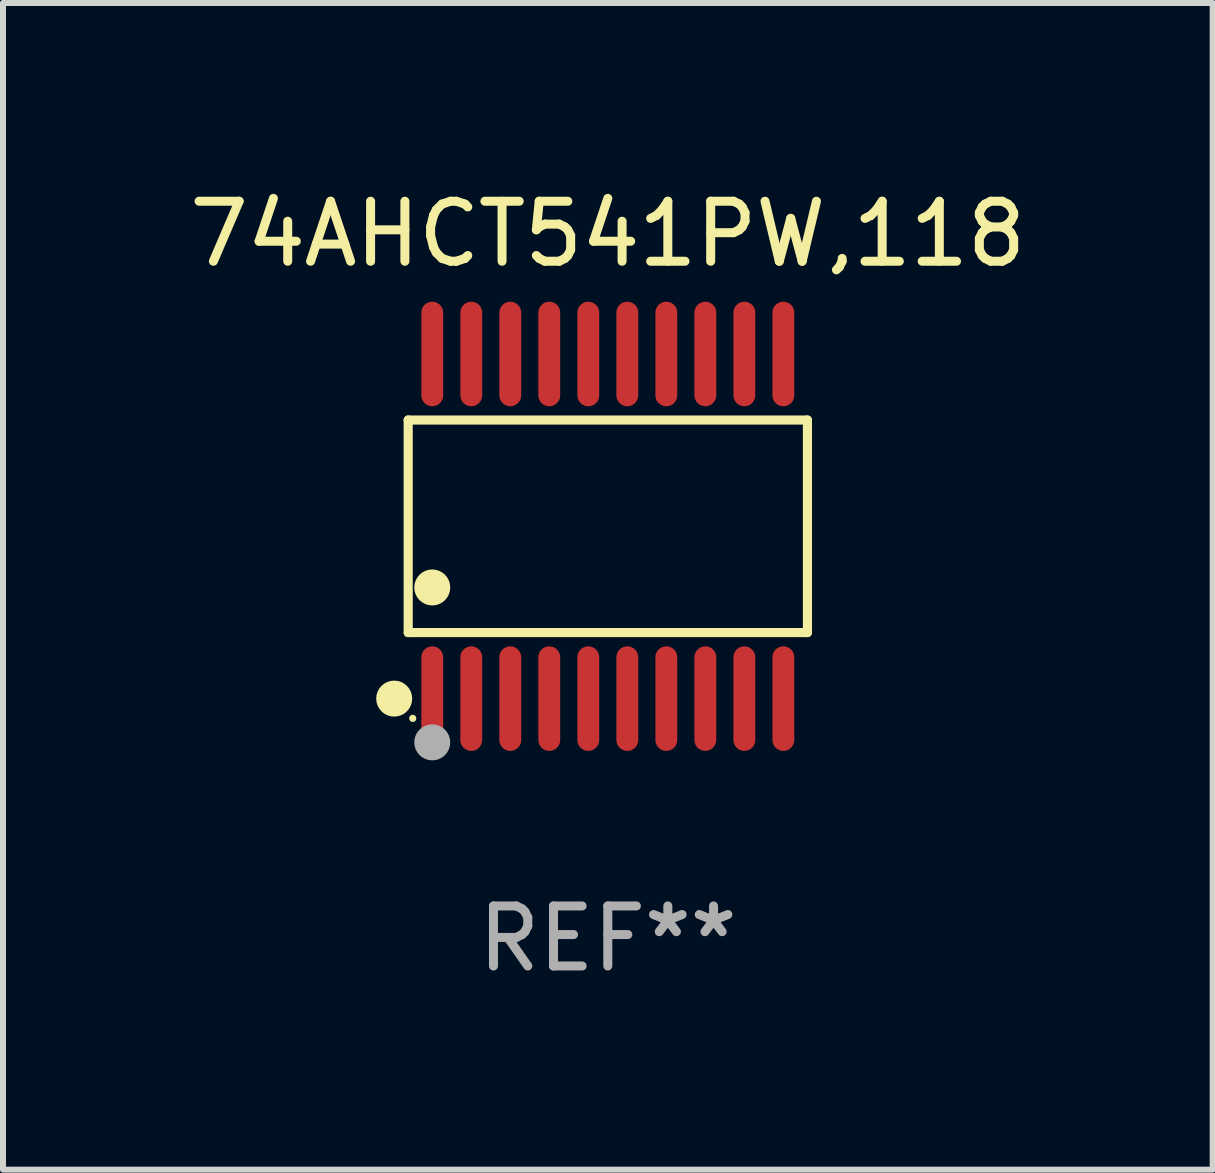
<source format=kicad_pcb>
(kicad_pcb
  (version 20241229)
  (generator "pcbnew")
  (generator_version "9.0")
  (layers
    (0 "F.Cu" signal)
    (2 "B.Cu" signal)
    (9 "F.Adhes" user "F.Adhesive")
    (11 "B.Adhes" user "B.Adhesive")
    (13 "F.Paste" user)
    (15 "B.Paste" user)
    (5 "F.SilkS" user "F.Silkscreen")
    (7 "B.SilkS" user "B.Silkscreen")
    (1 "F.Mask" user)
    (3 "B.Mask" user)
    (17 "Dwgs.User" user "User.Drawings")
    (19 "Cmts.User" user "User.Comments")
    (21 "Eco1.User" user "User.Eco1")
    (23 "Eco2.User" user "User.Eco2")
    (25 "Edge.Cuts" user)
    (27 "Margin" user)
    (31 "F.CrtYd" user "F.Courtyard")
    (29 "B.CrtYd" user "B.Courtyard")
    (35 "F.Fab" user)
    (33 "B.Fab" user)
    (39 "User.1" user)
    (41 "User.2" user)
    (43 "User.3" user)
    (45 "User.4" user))
  (footprint "74AHCT541PW,118"
    (layer "F.Cu")
    (at 7.077 5.719)
    (property "Reference" "74AHCT541PW,118" (at 0 -4.871 0) (layer "F.SilkS") (effects (font (size 1 1) (thickness 0.15))))
    (attr through_hole)
    (fp_line (start -3.326 -1.771) (end 3.326 -1.771) (stroke (width 0.152) (type solid)) (layer "F.SilkS"))
    (fp_line (start -3.326 1.771) (end -3.326 -1.771) (stroke (width 0.152) (type solid)) (layer "F.SilkS"))
    (fp_line (start 3.326 -1.771) (end 3.326 1.771) (stroke (width 0.152) (type solid)) (layer "F.SilkS"))
    (fp_line (start 3.326 1.771) (end -3.326 1.771) (stroke (width 0.152) (type solid)) (layer "F.SilkS"))
    (fp_circle (center -3.559 2.871) (end -3.409 2.871) (stroke (width 0.3) (type solid)) (fill no) (layer "F.SilkS"))
    (fp_circle (center -3.25 3.2) (end -3.22 3.2) (stroke (width 0.06) (type solid)) (fill no) (layer "F.SilkS"))
    (fp_circle (center -2.925 1.019) (end -2.775 1.019) (stroke (width 0.3) (type solid)) (fill no) (layer "F.SilkS"))
    (fp_circle (center -2.925 3.6) (end -2.775 3.6) (stroke (width 0.3) (type solid)) (fill no) (layer "F.Fab"))
    (fp_text user "REF**" (at 0 6.871 0) (layer "F.Fab") (effects (font (size 1 1) (thickness 0.15))))
    (pad "1" smd oval (at -2.925 2.871) (size 0.364 1.742) (layers "F.Cu" "F.Mask" "F.Paste"))
    (pad "2" smd oval (at -2.275 2.871) (size 0.364 1.742) (layers "F.Cu" "F.Mask" "F.Paste"))
    (pad "3" smd oval (at -1.625 2.871) (size 0.364 1.742) (layers "F.Cu" "F.Mask" "F.Paste"))
    (pad "4" smd oval (at -0.975 2.871) (size 0.364 1.742) (layers "F.Cu" "F.Mask" "F.Paste"))
    (pad "5" smd oval (at -0.325 2.871) (size 0.364 1.742) (layers "F.Cu" "F.Mask" "F.Paste"))
    (pad "6" smd oval (at 0.325 2.871) (size 0.364 1.742) (layers "F.Cu" "F.Mask" "F.Paste"))
    (pad "7" smd oval (at 0.975 2.871) (size 0.364 1.742) (layers "F.Cu" "F.Mask" "F.Paste"))
    (pad "8" smd oval (at 1.625 2.871) (size 0.364 1.742) (layers "F.Cu" "F.Mask" "F.Paste"))
    (pad "9" smd oval (at 2.275 2.871) (size 0.364 1.742) (layers "F.Cu" "F.Mask" "F.Paste"))
    (pad "10" smd oval (at 2.925 2.871) (size 0.364 1.742) (layers "F.Cu" "F.Mask" "F.Paste"))
    (pad "11" smd oval (at 2.925 -2.871) (size 0.364 1.742) (layers "F.Cu" "F.Mask" "F.Paste"))
    (pad "12" smd oval (at 2.275 -2.871) (size 0.364 1.742) (layers "F.Cu" "F.Mask" "F.Paste"))
    (pad "13" smd oval (at 1.625 -2.871) (size 0.364 1.742) (layers "F.Cu" "F.Mask" "F.Paste"))
    (pad "14" smd oval (at 0.975 -2.871) (size 0.364 1.742) (layers "F.Cu" "F.Mask" "F.Paste"))
    (pad "15" smd oval (at 0.325 -2.871) (size 0.364 1.742) (layers "F.Cu" "F.Mask" "F.Paste"))
    (pad "16" smd oval (at -0.325 -2.871) (size 0.364 1.742) (layers "F.Cu" "F.Mask" "F.Paste"))
    (pad "17" smd oval (at -0.975 -2.871) (size 0.364 1.742) (layers "F.Cu" "F.Mask" "F.Paste"))
    (pad "18" smd oval (at -1.625 -2.871) (size 0.364 1.742) (layers "F.Cu" "F.Mask" "F.Paste"))
    (pad "19" smd oval (at -2.275 -2.871) (size 0.364 1.742) (layers "F.Cu" "F.Mask" "F.Paste"))
    (pad "20" smd oval (at -2.925 -2.871) (size 0.364 1.742) (layers "F.Cu" "F.Mask" "F.Paste")))
  (gr_rect
    (start -3 -3)
    (end 17.155 16.438)
    (stroke (width 0.1) (type default))
    (fill no)
    (layer "Edge.Cuts")))
</source>
